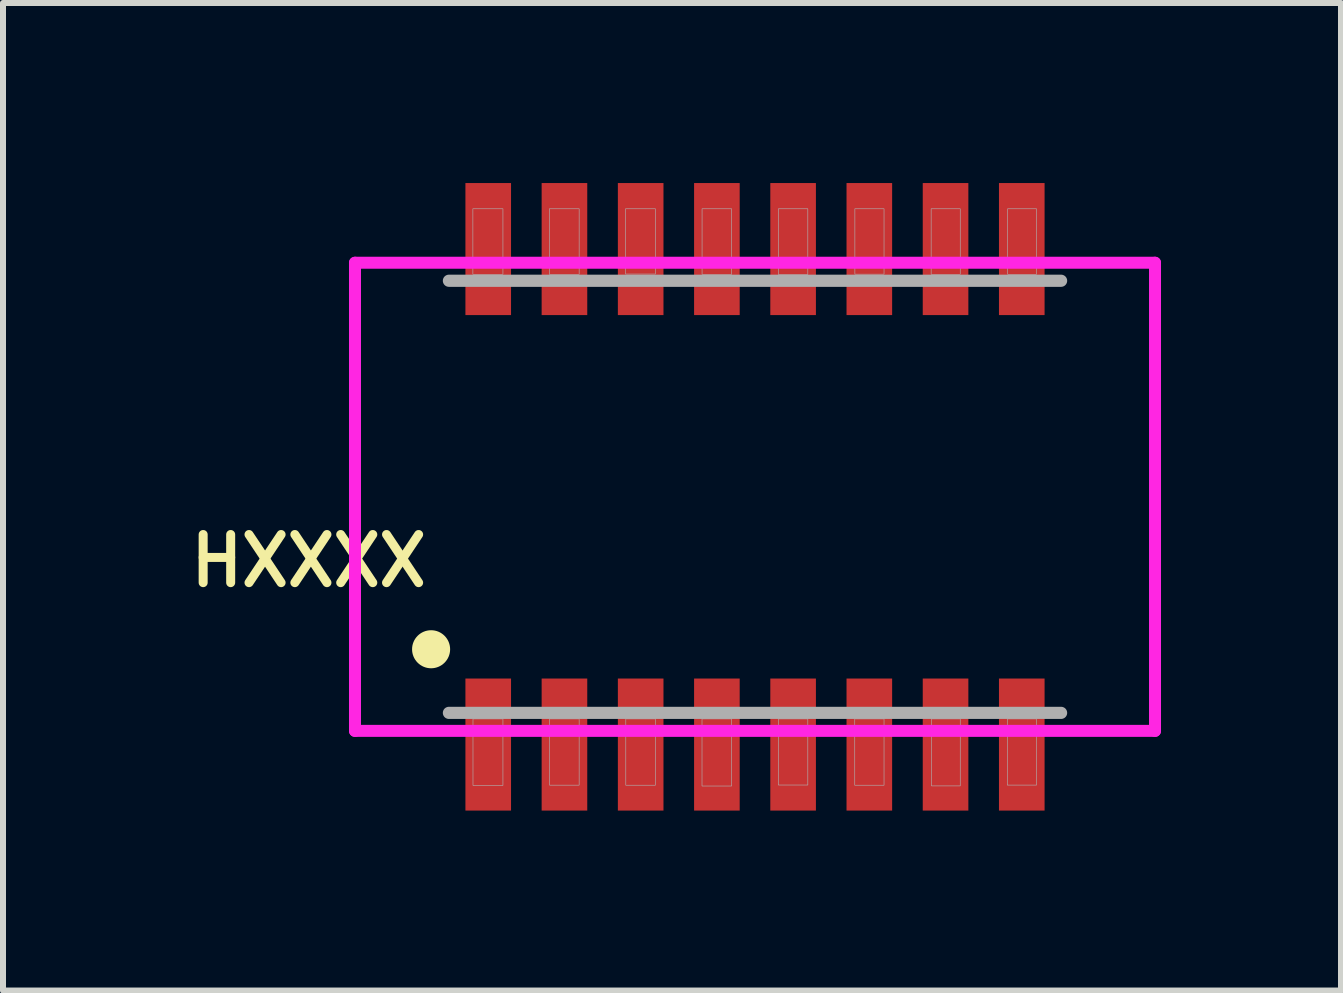
<source format=kicad_pcb>
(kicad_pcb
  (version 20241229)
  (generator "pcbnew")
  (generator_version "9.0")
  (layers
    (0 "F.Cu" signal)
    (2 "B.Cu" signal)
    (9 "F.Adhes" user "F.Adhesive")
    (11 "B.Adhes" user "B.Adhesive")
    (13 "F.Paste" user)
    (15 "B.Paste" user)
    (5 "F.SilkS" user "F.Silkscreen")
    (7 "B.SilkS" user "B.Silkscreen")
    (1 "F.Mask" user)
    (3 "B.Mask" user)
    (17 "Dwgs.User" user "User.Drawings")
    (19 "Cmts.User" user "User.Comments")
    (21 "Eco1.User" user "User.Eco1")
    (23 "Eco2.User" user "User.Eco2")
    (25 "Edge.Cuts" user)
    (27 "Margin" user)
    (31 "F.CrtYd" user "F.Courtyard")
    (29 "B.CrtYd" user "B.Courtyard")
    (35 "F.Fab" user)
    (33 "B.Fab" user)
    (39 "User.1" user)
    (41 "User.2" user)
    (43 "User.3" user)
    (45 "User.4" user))
  (footprint "HXXXX"
    (layer "F.Cu")
    (at 9.53 5.228)
    (property "Reference" "HXXXX" (at -7.438 1.067 180) (layer "F.SilkS") (effects (font (size 0.802 0.802) (thickness 0.15))))
    (attr smd)
    (fp_circle (center -5.397 2.54) (end -5.08 2.54) (stroke (width 0) (type solid)) (fill yes) (layer "F.SilkS"))
    (fp_line (start -6.665 -3.9) (end 6.665 -3.9) (stroke (width 0.2) (type solid)) (layer "F.CrtYd"))
    (fp_line (start -6.665 3.9) (end -6.665 -3.9) (stroke (width 0.2) (type solid)) (layer "F.CrtYd"))
    (fp_line (start 6.665 -3.9) (end 6.665 3.9) (stroke (width 0.2) (type solid)) (layer "F.CrtYd"))
    (fp_line (start 6.665 3.9) (end -6.665 3.9) (stroke (width 0.2) (type solid)) (layer "F.CrtYd"))
    (fp_line (start -5.1 -3.6) (end 5.1 -3.6) (stroke (width 0.203) (type solid)) (layer "F.Fab"))
    (fp_line (start 5.1 3.6) (end -5.1 3.6) (stroke (width 0.203) (type solid)) (layer "F.Fab"))
    (fp_poly (pts (xy -4.701 -4.8) (xy -4.2 -4.8) (xy -4.2 -3.708) (xy -4.701 -3.708)) (stroke (width 0.01) (type solid)) (fill no) (layer "F.Fab"))
    (fp_poly (pts (xy -4.699 3.7) (xy -4.2 3.7) (xy -4.2 4.809) (xy -4.699 4.809)) (stroke (width 0.01) (type solid)) (fill no) (layer "F.Fab"))
    (fp_poly (pts (xy -3.426 -4.8) (xy -2.93 -4.8) (xy -2.93 -3.706) (xy -3.426 -3.706)) (stroke (width 0.01) (type solid)) (fill no) (layer "F.Fab"))
    (fp_poly (pts (xy -3.423 3.7) (xy -2.93 3.7) (xy -2.93 4.805) (xy -3.423 4.805)) (stroke (width 0.01) (type solid)) (fill no) (layer "F.Fab"))
    (fp_poly (pts (xy -2.157 -4.8) (xy -1.66 -4.8) (xy -1.66 -3.712) (xy -2.157 -3.712)) (stroke (width 0.01) (type solid)) (fill no) (layer "F.Fab"))
    (fp_poly (pts (xy -2.153 3.7) (xy -1.66 3.7) (xy -1.66 4.806) (xy -2.153 4.806)) (stroke (width 0.01) (type solid)) (fill no) (layer "F.Fab"))
    (fp_poly (pts (xy -0.883 3.7) (xy -0.39 3.7) (xy -0.39 4.819) (xy -0.883 4.819)) (stroke (width 0.01) (type solid)) (fill no) (layer "F.Fab"))
    (fp_poly (pts (xy -0.882 -4.8) (xy -0.39 -4.8) (xy -0.39 -3.706) (xy -0.882 -3.706)) (stroke (width 0.01) (type solid)) (fill no) (layer "F.Fab"))
    (fp_poly (pts (xy 0.39 3.7) (xy 0.88 3.7) (xy 0.88 4.802) (xy 0.39 4.802)) (stroke (width 0.01) (type solid)) (fill no) (layer "F.Fab"))
    (fp_poly (pts (xy 0.39 -4.8) (xy 0.88 -4.8) (xy 0.88 -3.704) (xy 0.39 -3.704)) (stroke (width 0.01) (type solid)) (fill no) (layer "F.Fab"))
    (fp_poly (pts (xy 1.662 3.7) (xy 2.15 3.7) (xy 2.15 4.806) (xy 1.662 4.806)) (stroke (width 0.01) (type solid)) (fill no) (layer "F.Fab"))
    (fp_poly (pts (xy 1.664 -4.8) (xy 2.15 -4.8) (xy 2.15 -3.71) (xy 1.664 -3.71)) (stroke (width 0.01) (type solid)) (fill no) (layer "F.Fab"))
    (fp_poly (pts (xy 2.935 -4.8) (xy 3.42 -4.8) (xy 3.42 -3.707) (xy 2.935 -3.707)) (stroke (width 0.01) (type solid)) (fill no) (layer "F.Fab"))
    (fp_poly (pts (xy 2.94 3.7) (xy 3.42 3.7) (xy 3.42 4.817) (xy 2.94 4.817)) (stroke (width 0.01) (type solid)) (fill no) (layer "F.Fab"))
    (fp_poly (pts (xy 4.204 3.7) (xy 4.69 3.7) (xy 4.69 4.804) (xy 4.204 4.804)) (stroke (width 0.01) (type solid)) (fill no) (layer "F.Fab"))
    (fp_poly (pts (xy 4.209 -4.8) (xy 4.69 -4.8) (xy 4.69 -3.708) (xy 4.209 -3.708)) (stroke (width 0.01) (type solid)) (fill no) (layer "F.Fab"))
    (pad "1" smd rect (at -4.445 4.128) (size 0.76 2.2) (layers "F.Cu" "F.Mask" "F.Paste"))
    (pad "2" smd rect (at -3.175 4.128) (size 0.76 2.2) (layers "F.Cu" "F.Mask" "F.Paste"))
    (pad "3" smd rect (at -1.905 4.128) (size 0.76 2.2) (layers "F.Cu" "F.Mask" "F.Paste"))
    (pad "4" smd rect (at -0.635 4.128) (size 0.76 2.2) (layers "F.Cu" "F.Mask" "F.Paste"))
    (pad "5" smd rect (at 0.635 4.128) (size 0.76 2.2) (layers "F.Cu" "F.Mask" "F.Paste"))
    (pad "6" smd rect (at 1.905 4.128) (size 0.76 2.2) (layers "F.Cu" "F.Mask" "F.Paste"))
    (pad "7" smd rect (at 3.175 4.128) (size 0.76 2.2) (layers "F.Cu" "F.Mask" "F.Paste"))
    (pad "8" smd rect (at 4.445 4.128) (size 0.76 2.2) (layers "F.Cu" "F.Mask" "F.Paste"))
    (pad "9" smd rect (at 4.445 -4.128) (size 0.76 2.2) (layers "F.Cu" "F.Mask" "F.Paste"))
    (pad "10" smd rect (at 3.175 -4.128) (size 0.76 2.2) (layers "F.Cu" "F.Mask" "F.Paste"))
    (pad "11" smd rect (at 1.905 -4.128) (size 0.76 2.2) (layers "F.Cu" "F.Mask" "F.Paste"))
    (pad "12" smd rect (at 0.635 -4.128) (size 0.76 2.2) (layers "F.Cu" "F.Mask" "F.Paste"))
    (pad "13" smd rect (at -0.635 -4.128) (size 0.76 2.2) (layers "F.Cu" "F.Mask" "F.Paste"))
    (pad "14" smd rect (at -1.905 -4.128) (size 0.76 2.2) (layers "F.Cu" "F.Mask" "F.Paste"))
    (pad "15" smd rect (at -3.175 -4.128) (size 0.76 2.2) (layers "F.Cu" "F.Mask" "F.Paste"))
    (pad "16" smd rect (at -4.445 -4.128) (size 0.76 2.2) (layers "F.Cu" "F.Mask" "F.Paste")))
  (gr_rect
    (start -3 -3)
    (end 19.294 13.455)
    (stroke (width 0.1) (type default))
    (fill no)
    (layer "Edge.Cuts")))
</source>
